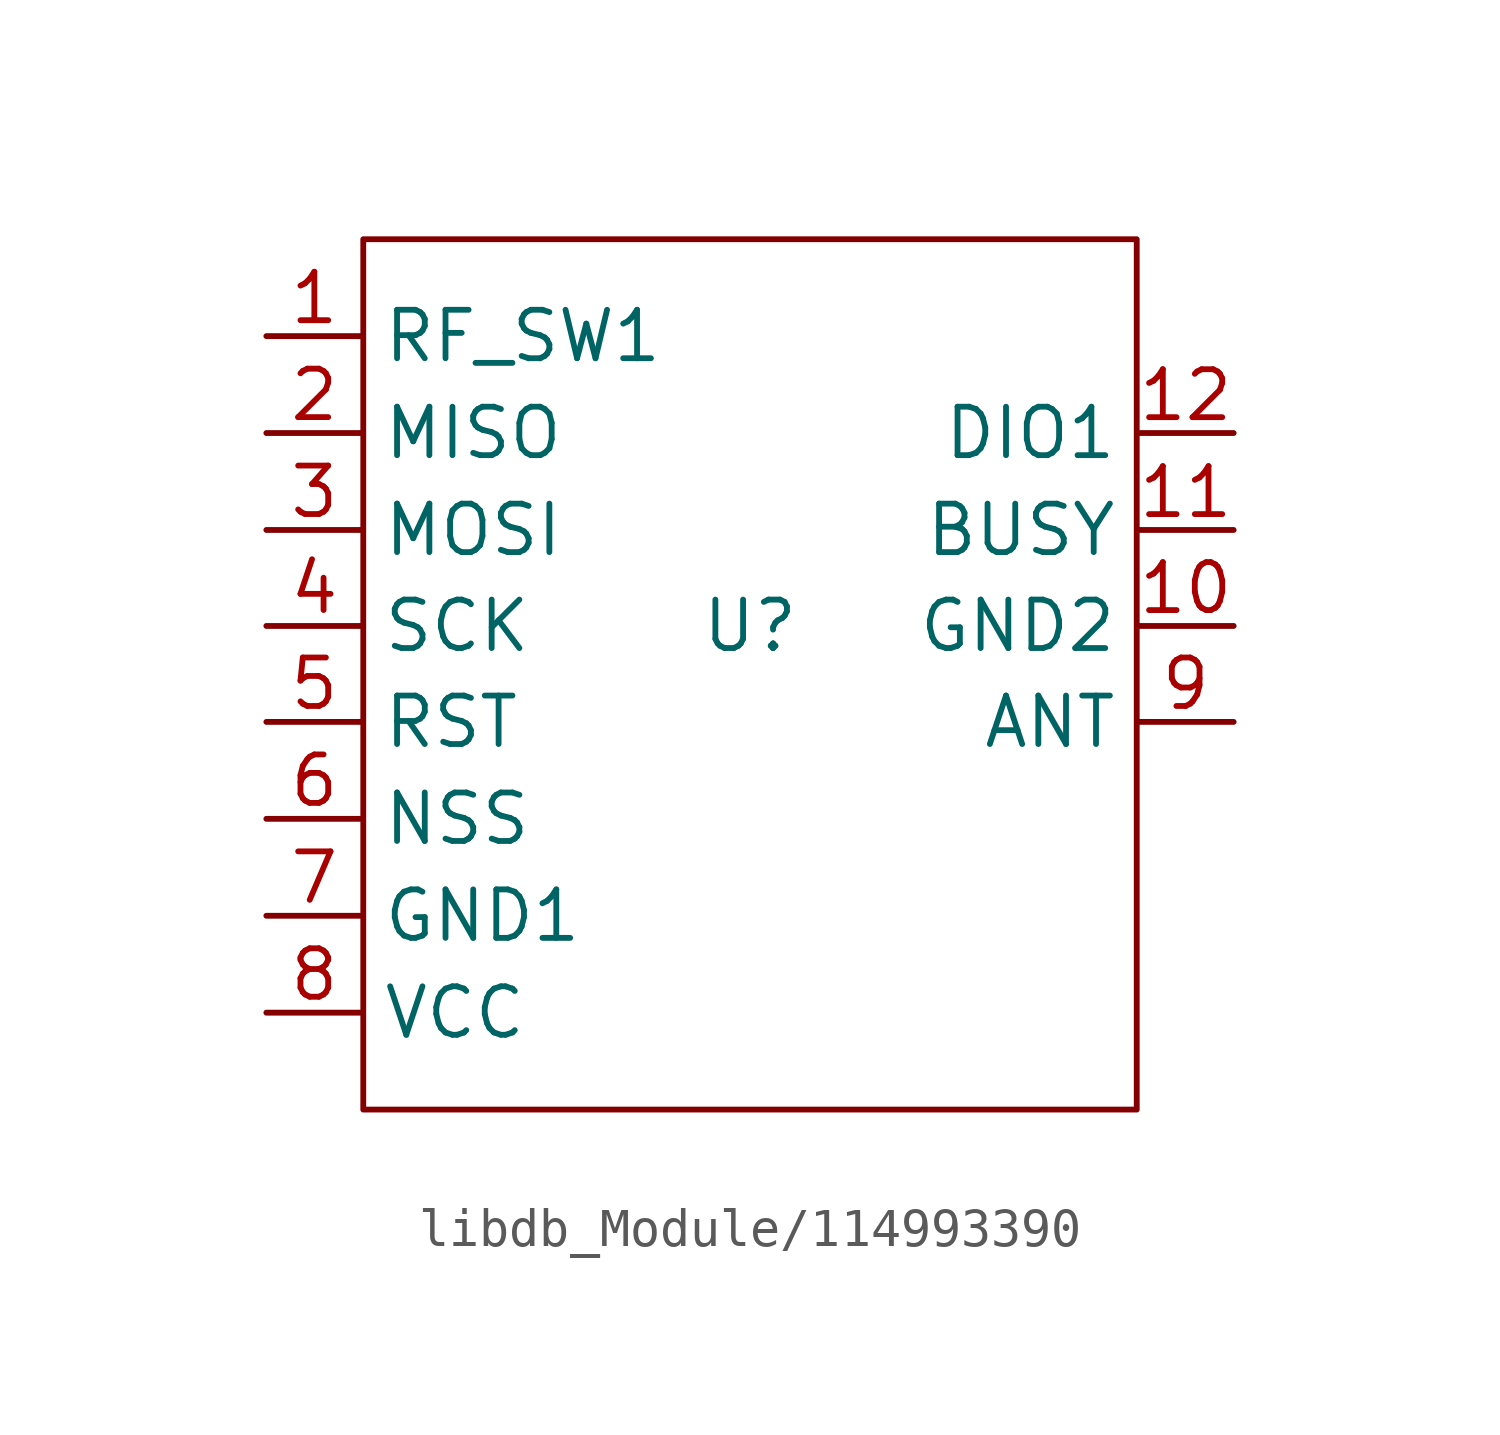
<source format=kicad_sym>
(kicad_symbol_lib
  (version 20231120)
  (generator "kicad_symbol_editor")
  (generator_version "8.0")
  (symbol "libdb_Module/114993390"
    (property "Reference" "U"
      (at 0 0 0)
      (effects (font (size 1.27 1.27))))
    (symbol "libdb_Module/114993390_1_0"
      (rectangle (start -10.135 -12.675) (end 10.135 10.135) (stroke (width 0) (type default)) (fill (type none)))
      (pin unspecified line (at -12.675 7.595 0) (length 2.515) (name "RF_SW1" (effects (font (size 1.27 1.27)))) (number "1" (effects (font (size 1.27 1.27)))))
      (pin unspecified line (at 12.675 0 180) (length 2.515) (name "GND2" (effects (font (size 1.27 1.27)))) (number "10" (effects (font (size 1.257 1.257)))))
      (pin unspecified line (at 12.675 2.515 180) (length 2.515) (name "BUSY" (effects (font (size 1.27 1.27)))) (number "11" (effects (font (size 1.257 1.257)))))
      (pin unspecified line (at 12.675 5.055 180) (length 2.515) (name "DIO1" (effects (font (size 1.27 1.27)))) (number "12" (effects (font (size 1.257 1.257)))))
      (pin unspecified line (at -12.675 5.055 0) (length 2.515) (name "MISO" (effects (font (size 1.27 1.27)))) (number "2" (effects (font (size 1.27 1.27)))))
      (pin unspecified line (at -12.675 2.515 0) (length 2.515) (name "MOSI" (effects (font (size 1.27 1.27)))) (number "3" (effects (font (size 1.27 1.27)))))
      (pin unspecified line (at -12.675 0 0) (length 2.515) (name "SCK" (effects (font (size 1.27 1.27)))) (number "4" (effects (font (size 1.27 1.27)))))
      (pin unspecified line (at -12.675 -2.515 0) (length 2.515) (name "RST" (effects (font (size 1.27 1.27)))) (number "5" (effects (font (size 1.27 1.27)))))
      (pin unspecified line (at -12.675 -5.055 0) (length 2.515) (name "NSS" (effects (font (size 1.27 1.27)))) (number "6" (effects (font (size 1.27 1.27)))))
      (pin unspecified line (at -12.675 -7.595 0) (length 2.515) (name "GND1" (effects (font (size 1.27 1.27)))) (number "7" (effects (font (size 1.27 1.27)))))
      (pin unspecified line (at -12.675 -10.135 0) (length 2.515) (name "VCC" (effects (font (size 1.27 1.27)))) (number "8" (effects (font (size 1.27 1.27)))))
      (pin unspecified line (at 12.675 -2.515 180) (length 2.515) (name "ANT" (effects (font (size 1.27 1.27)))) (number "9" (effects (font (size 1.27 1.27))))))))
</source>
